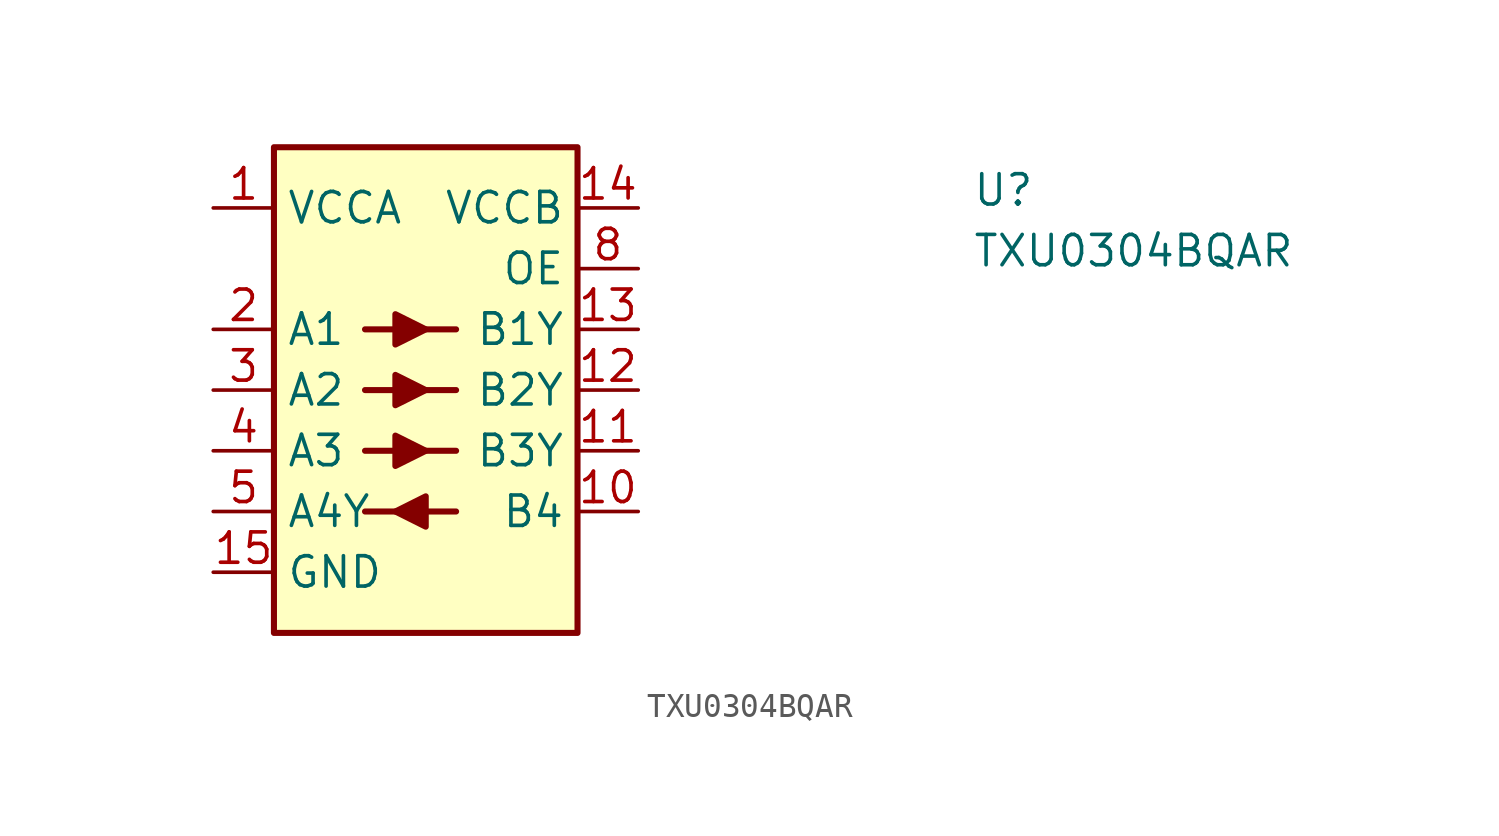
<source format=kicad_sym>
(kicad_symbol_lib
  (version 20211014)
  (generator kicad_symbol_editor)
  (symbol "TXU0304BQAR"
    (property "Reference" "U"
      (at 31.75 0 0)
      (effects (font (size 1.27 1.27) (thickness 0.15)) (justify left bottom)))
    (property "Value" "TXU0304BQAR"
      (at 31.75 -2.54 0)
      (effects (font (size 1.27 1.27) (thickness 0.15)) (justify left bottom)))
    (symbol "TXU0304BQAR_1_1"
      (polyline (pts (xy 6.35 -12.7) (xy 10.16 -12.7)) (stroke (width 0.254) (type default) (color 0 0 0 0)) (fill (type background)))
      (polyline (pts (xy 6.35 -7.62) (xy 10.16 -7.62)) (stroke (width 0.254) (type default) (color 0 0 0 0)) (fill (type background)))
      (polyline (pts (xy 10.16 -10.16) (xy 6.35 -10.16)) (stroke (width 0.254) (type default) (color 0 0 0 0)) (fill (type background)))
      (polyline (pts (xy 10.16 -5.08) (xy 6.35 -5.08)) (stroke (width 0.254) (type default) (color 0 0 0 0)) (fill (type background)))
      (polyline (pts (xy 7.62 -12.7) (xy 8.89 -12.065) (xy 8.89 -13.335) (xy 7.62 -12.7)) (stroke (width 0.254) (type default) (color 0 0 0 0)) (fill (type outline)))
      (polyline (pts (xy 7.62 -6.985) (xy 7.62 -8.255) (xy 8.89 -7.62) (xy 7.62 -6.985)) (stroke (width 0.254) (type default) (color 0 0 0 0)) (fill (type outline)))
      (polyline (pts (xy 7.62 -4.445) (xy 7.62 -5.715) (xy 8.89 -5.08) (xy 7.62 -4.445)) (stroke (width 0.254) (type default) (color 0 0 0 0)) (fill (type outline)))
      (polyline (pts (xy 8.89 -10.16) (xy 7.62 -10.795) (xy 7.62 -9.525) (xy 8.89 -10.16)) (stroke (width 0.254) (type default) (color 0 0 0 0)) (fill (type outline)))
      (rectangle (start 2.54 2.54) (end 15.24 -17.78) (stroke (width 0.254) (type default) (color 0 0 0 0)) (fill (type background)))
      (pin power_in line (at 0 0 0) (length 2.54) (name "VCCA" (effects (font (size 1.27 1.27)))) (number "1" (effects (font (size 1.27 1.27)))))
      (pin input line (at 17.78 -12.7 180) (length 2.54) (name "B4" (effects (font (size 1.27 1.27)))) (number "10" (effects (font (size 1.27 1.27)))))
      (pin output line (at 17.78 -10.16 180) (length 2.54) (name "B3Y" (effects (font (size 1.27 1.27)))) (number "11" (effects (font (size 1.27 1.27)))))
      (pin output line (at 17.78 -7.62 180) (length 2.54) (name "B2Y" (effects (font (size 1.27 1.27)))) (number "12" (effects (font (size 1.27 1.27)))))
      (pin output line (at 17.78 -5.08 180) (length 2.54) (name "B1Y" (effects (font (size 1.27 1.27)))) (number "13" (effects (font (size 1.27 1.27)))))
      (pin power_in line (at 17.78 0 180) (length 2.54) (name "VCCB" (effects (font (size 1.27 1.27)))) (number "14" (effects (font (size 1.27 1.27)))))
      (pin power_in line (at 0 -15.24 0) (length 2.54) (name "GND" (effects (font (size 1.27 1.27)))) (number "15" (effects (font (size 1.27 1.27)))))
      (pin input line (at 0 -5.08 0) (length 2.54) (name "A1" (effects (font (size 1.27 1.27)))) (number "2" (effects (font (size 1.27 1.27)))))
      (pin input line (at 0 -7.62 0) (length 2.54) (name "A2" (effects (font (size 1.27 1.27)))) (number "3" (effects (font (size 1.27 1.27)))))
      (pin input line (at 0 -10.16 0) (length 2.54) (name "A3" (effects (font (size 1.27 1.27)))) (number "4" (effects (font (size 1.27 1.27)))))
      (pin output line (at 0 -12.7 0) (length 2.54) (name "A4Y" (effects (font (size 1.27 1.27)))) (number "5" (effects (font (size 1.27 1.27)))))
      (pin no_connect line (at 2.54 -2.54 0) (length 2.54) hide (name "NC" (effects (font (size 1.27 1.27)))) (number "6" (effects (font (size 1.27 1.27)))))
      (pin passive line (at 0 -15.24 0) (length 2.54) hide (name "GND" (effects (font (size 1.27 1.27)))) (number "7" (effects (font (size 1.27 1.27)))))
      (pin tri_state line (at 17.78 -2.54 180) (length 2.54) (name "OE" (effects (font (size 1.27 1.27)))) (number "8" (effects (font (size 1.27 1.27)))))
      (pin no_connect line (at 15.24 -15.24 180) (length 2.54) hide (name "NC" (effects (font (size 1.27 1.27)))) (number "9" (effects (font (size 1.27 1.27))))))))
</source>
